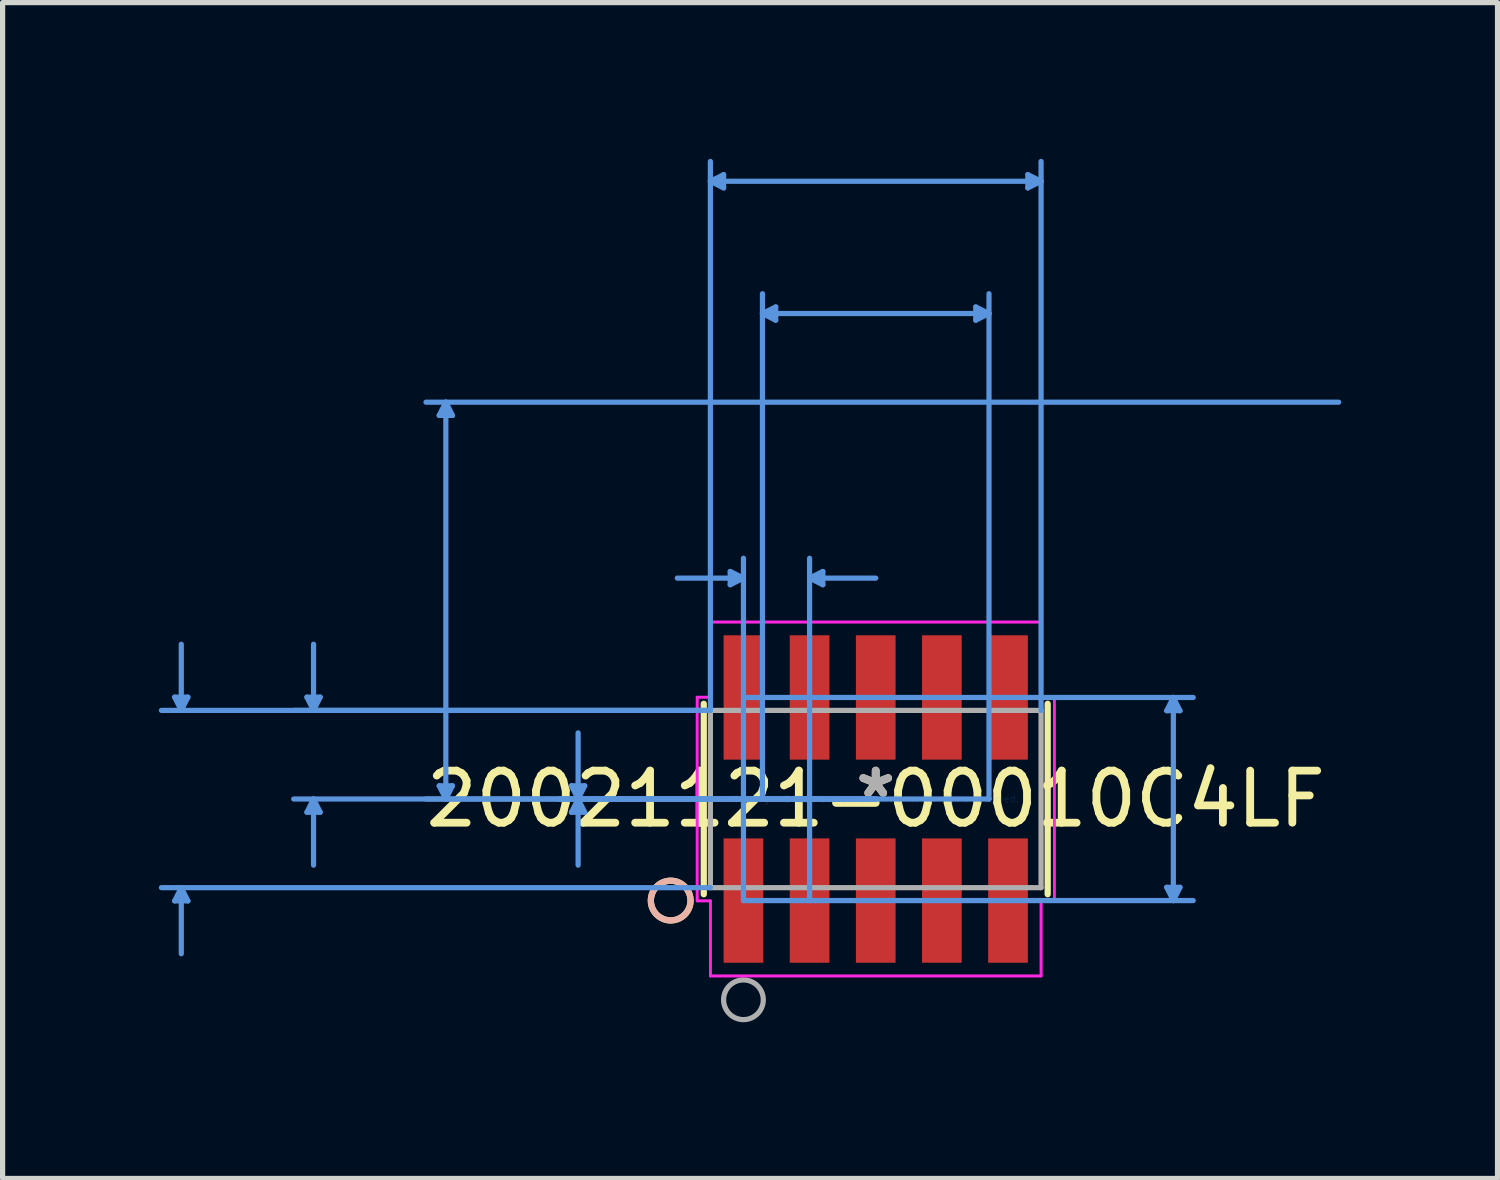
<source format=kicad_pcb>
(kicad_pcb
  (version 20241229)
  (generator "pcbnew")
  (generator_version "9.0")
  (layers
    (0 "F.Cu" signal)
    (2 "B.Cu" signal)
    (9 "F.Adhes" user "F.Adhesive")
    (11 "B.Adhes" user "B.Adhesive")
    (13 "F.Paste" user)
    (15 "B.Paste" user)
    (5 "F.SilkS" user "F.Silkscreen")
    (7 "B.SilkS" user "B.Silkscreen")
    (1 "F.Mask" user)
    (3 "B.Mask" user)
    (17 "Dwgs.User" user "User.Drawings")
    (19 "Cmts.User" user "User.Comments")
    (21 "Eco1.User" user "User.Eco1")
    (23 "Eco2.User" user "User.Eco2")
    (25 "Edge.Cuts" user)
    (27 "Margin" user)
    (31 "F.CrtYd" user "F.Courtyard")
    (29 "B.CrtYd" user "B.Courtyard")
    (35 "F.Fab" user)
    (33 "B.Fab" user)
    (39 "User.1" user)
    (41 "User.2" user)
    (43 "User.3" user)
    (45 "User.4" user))
  (footprint "20021121-00010C4LF"
    (layer "F.Cu")
    (at 13.766 12.293)
    (property "Reference" "20021121-00010C4LF" (at 0 0 0) (layer "F.SilkS") (effects (font (size 1 1) (thickness 0.15))))
    (attr through_hole)
    (fp_line (start -3.302 -1.829) (end -3.302 1.829) (stroke (width 0.12) (type solid)) (layer "F.SilkS"))
    (fp_line (start 3.302 1.829) (end 3.302 -1.829) (stroke (width 0.12) (type solid)) (layer "F.SilkS"))
    (fp_circle (center -3.937 1.95) (end -3.556 1.95) (stroke (width 0.12) (type solid)) (fill no) (layer "F.SilkS"))
    (fp_circle (center -3.937 1.95) (end -3.556 1.95) (stroke (width 0.12) (type solid)) (fill no) (layer "B.SilkS"))
    (fp_line (start -13.462 -1.956) (end -13.208 -1.956) (stroke (width 0.1) (type solid)) (layer "Cmts.User"))
    (fp_line (start -13.462 1.956) (end -13.208 1.956) (stroke (width 0.1) (type solid)) (layer "Cmts.User"))
    (fp_line (start -13.335 -1.702) (end -13.462 -1.956) (stroke (width 0.1) (type solid)) (layer "Cmts.User"))
    (fp_line (start -13.335 -1.702) (end -13.335 -2.972) (stroke (width 0.1) (type solid)) (layer "Cmts.User"))
    (fp_line (start -13.335 -1.702) (end -13.208 -1.956) (stroke (width 0.1) (type solid)) (layer "Cmts.User"))
    (fp_line (start -13.335 1.702) (end -13.462 1.956) (stroke (width 0.1) (type solid)) (layer "Cmts.User"))
    (fp_line (start -13.335 1.702) (end -13.335 2.972) (stroke (width 0.1) (type solid)) (layer "Cmts.User"))
    (fp_line (start -13.335 1.702) (end -13.208 1.956) (stroke (width 0.1) (type solid)) (layer "Cmts.User"))
    (fp_line (start -10.922 -1.956) (end -10.668 -1.956) (stroke (width 0.1) (type solid)) (layer "Cmts.User"))
    (fp_line (start -10.922 0.254) (end -10.668 0.254) (stroke (width 0.1) (type solid)) (layer "Cmts.User"))
    (fp_line (start -10.795 -1.702) (end -10.922 -1.956) (stroke (width 0.1) (type solid)) (layer "Cmts.User"))
    (fp_line (start -10.795 -1.702) (end -10.795 -2.972) (stroke (width 0.1) (type solid)) (layer "Cmts.User"))
    (fp_line (start -10.795 -1.702) (end -10.668 -1.956) (stroke (width 0.1) (type solid)) (layer "Cmts.User"))
    (fp_line (start -10.795 0) (end -10.922 0.254) (stroke (width 0.1) (type solid)) (layer "Cmts.User"))
    (fp_line (start -10.795 0) (end -10.795 1.27) (stroke (width 0.1) (type solid)) (layer "Cmts.User"))
    (fp_line (start -10.795 0) (end -10.668 0.254) (stroke (width 0.1) (type solid)) (layer "Cmts.User"))
    (fp_line (start -8.382 -7.366) (end -8.128 -7.366) (stroke (width 0.1) (type solid)) (layer "Cmts.User"))
    (fp_line (start -8.382 -0.254) (end -8.128 -0.254) (stroke (width 0.1) (type solid)) (layer "Cmts.User"))
    (fp_line (start -8.255 -7.62) (end -8.382 -7.366) (stroke (width 0.1) (type solid)) (layer "Cmts.User"))
    (fp_line (start -8.255 -7.62) (end -8.255 0) (stroke (width 0.1) (type solid)) (layer "Cmts.User"))
    (fp_line (start -8.255 -7.62) (end -8.128 -7.366) (stroke (width 0.1) (type solid)) (layer "Cmts.User"))
    (fp_line (start -8.255 0) (end -8.382 -0.254) (stroke (width 0.1) (type solid)) (layer "Cmts.User"))
    (fp_line (start -8.255 0) (end -8.128 -0.254) (stroke (width 0.1) (type solid)) (layer "Cmts.User"))
    (fp_line (start -5.842 -0.254) (end -5.588 -0.254) (stroke (width 0.1) (type solid)) (layer "Cmts.User"))
    (fp_line (start -5.842 0.254) (end -5.588 0.254) (stroke (width 0.1) (type solid)) (layer "Cmts.User"))
    (fp_line (start -5.715 0) (end -5.842 -0.254) (stroke (width 0.1) (type solid)) (layer "Cmts.User"))
    (fp_line (start -5.715 0) (end -5.842 0.254) (stroke (width 0.1) (type solid)) (layer "Cmts.User"))
    (fp_line (start -5.715 0) (end -5.715 -1.27) (stroke (width 0.1) (type solid)) (layer "Cmts.User"))
    (fp_line (start -5.715 0) (end -5.715 1.27) (stroke (width 0.1) (type solid)) (layer "Cmts.User"))
    (fp_line (start -5.715 0) (end -5.588 -0.254) (stroke (width 0.1) (type solid)) (layer "Cmts.User"))
    (fp_line (start -5.715 0) (end -5.588 0.254) (stroke (width 0.1) (type solid)) (layer "Cmts.User"))
    (fp_line (start -3.175 -11.862) (end -2.921 -11.989) (stroke (width 0.1) (type solid)) (layer "Cmts.User"))
    (fp_line (start -3.175 -11.862) (end -2.921 -11.735) (stroke (width 0.1) (type solid)) (layer "Cmts.User"))
    (fp_line (start -3.175 -11.862) (end 3.175 -11.862) (stroke (width 0.1) (type solid)) (layer "Cmts.User"))
    (fp_line (start -3.175 -1.702) (end -13.716 -1.702) (stroke (width 0.1) (type solid)) (layer "Cmts.User"))
    (fp_line (start -3.175 -1.702) (end -11.176 -1.702) (stroke (width 0.1) (type solid)) (layer "Cmts.User"))
    (fp_line (start -3.175 -1.702) (end -3.175 -12.243) (stroke (width 0.1) (type solid)) (layer "Cmts.User"))
    (fp_line (start -3.175 1.702) (end -13.716 1.702) (stroke (width 0.1) (type solid)) (layer "Cmts.User"))
    (fp_line (start -2.921 -11.989) (end -2.921 -11.735) (stroke (width 0.1) (type solid)) (layer "Cmts.User"))
    (fp_line (start -2.794 -4.369) (end -2.794 -4.115) (stroke (width 0.1) (type solid)) (layer "Cmts.User"))
    (fp_line (start -2.54 -4.242) (end -3.81 -4.242) (stroke (width 0.1) (type solid)) (layer "Cmts.User"))
    (fp_line (start -2.54 -4.242) (end -2.794 -4.369) (stroke (width 0.1) (type solid)) (layer "Cmts.User"))
    (fp_line (start -2.54 -4.242) (end -2.794 -4.115) (stroke (width 0.1) (type solid)) (layer "Cmts.User"))
    (fp_line (start -2.54 -1.95) (end 6.096 -1.95) (stroke (width 0.1) (type solid)) (layer "Cmts.User"))
    (fp_line (start -2.54 1.95) (end -2.54 -4.623) (stroke (width 0.1) (type solid)) (layer "Cmts.User"))
    (fp_line (start -2.54 1.95) (end 6.096 1.95) (stroke (width 0.1) (type solid)) (layer "Cmts.User"))
    (fp_line (start -2.175 -9.322) (end -1.921 -9.449) (stroke (width 0.1) (type solid)) (layer "Cmts.User"))
    (fp_line (start -2.175 -9.322) (end -1.921 -9.195) (stroke (width 0.1) (type solid)) (layer "Cmts.User"))
    (fp_line (start -2.175 -9.322) (end 2.175 -9.322) (stroke (width 0.1) (type solid)) (layer "Cmts.User"))
    (fp_line (start -2.175 0) (end -2.175 -9.703) (stroke (width 0.1) (type solid)) (layer "Cmts.User"))
    (fp_line (start -1.921 -9.449) (end -1.921 -9.195) (stroke (width 0.1) (type solid)) (layer "Cmts.User"))
    (fp_line (start -1.27 -4.242) (end -1.016 -4.369) (stroke (width 0.1) (type solid)) (layer "Cmts.User"))
    (fp_line (start -1.27 -4.242) (end -1.016 -4.115) (stroke (width 0.1) (type solid)) (layer "Cmts.User"))
    (fp_line (start -1.27 -4.242) (end 0 -4.242) (stroke (width 0.1) (type solid)) (layer "Cmts.User"))
    (fp_line (start -1.27 1.95) (end -1.27 -4.623) (stroke (width 0.1) (type solid)) (layer "Cmts.User"))
    (fp_line (start -1.016 -4.369) (end -1.016 -4.115) (stroke (width 0.1) (type solid)) (layer "Cmts.User"))
    (fp_line (start 0 0) (end -11.176 0) (stroke (width 0.1) (type solid)) (layer "Cmts.User"))
    (fp_line (start 0 0) (end -8.636 0) (stroke (width 0.1) (type solid)) (layer "Cmts.User"))
    (fp_line (start 0 0) (end -6.096 0) (stroke (width 0.1) (type solid)) (layer "Cmts.User"))
    (fp_line (start 1.921 -9.449) (end 1.921 -9.195) (stroke (width 0.1) (type solid)) (layer "Cmts.User"))
    (fp_line (start 2.175 -9.322) (end 1.921 -9.449) (stroke (width 0.1) (type solid)) (layer "Cmts.User"))
    (fp_line (start 2.175 -9.322) (end 1.921 -9.195) (stroke (width 0.1) (type solid)) (layer "Cmts.User"))
    (fp_line (start 2.175 0) (end -6.096 0) (stroke (width 0.1) (type solid)) (layer "Cmts.User"))
    (fp_line (start 2.175 0) (end 2.175 -9.703) (stroke (width 0.1) (type solid)) (layer "Cmts.User"))
    (fp_line (start 2.921 -11.989) (end 2.921 -11.735) (stroke (width 0.1) (type solid)) (layer "Cmts.User"))
    (fp_line (start 3.175 -11.862) (end 2.921 -11.989) (stroke (width 0.1) (type solid)) (layer "Cmts.User"))
    (fp_line (start 3.175 -11.862) (end 2.921 -11.735) (stroke (width 0.1) (type solid)) (layer "Cmts.User"))
    (fp_line (start 3.175 -1.702) (end 3.175 -12.243) (stroke (width 0.1) (type solid)) (layer "Cmts.User"))
    (fp_line (start 5.588 -1.696) (end 5.842 -1.696) (stroke (width 0.1) (type solid)) (layer "Cmts.User"))
    (fp_line (start 5.588 1.696) (end 5.842 1.696) (stroke (width 0.1) (type solid)) (layer "Cmts.User"))
    (fp_line (start 5.715 -1.95) (end 5.588 -1.696) (stroke (width 0.1) (type solid)) (layer "Cmts.User"))
    (fp_line (start 5.715 -1.95) (end 5.715 1.95) (stroke (width 0.1) (type solid)) (layer "Cmts.User"))
    (fp_line (start 5.715 -1.95) (end 5.842 -1.696) (stroke (width 0.1) (type solid)) (layer "Cmts.User"))
    (fp_line (start 5.715 1.95) (end 5.588 1.696) (stroke (width 0.1) (type solid)) (layer "Cmts.User"))
    (fp_line (start 5.715 1.95) (end 5.842 1.696) (stroke (width 0.1) (type solid)) (layer "Cmts.User"))
    (fp_line (start 8.89 -7.62) (end -8.636 -7.62) (stroke (width 0.1) (type solid)) (layer "Cmts.User"))
    (fp_line (start -3.429 -1.956) (end -3.429 1.956) (stroke (width 0.05) (type solid)) (layer "F.CrtYd"))
    (fp_line (start -3.429 -1.956) (end -3.429 1.956) (stroke (width 0.05) (type solid)) (layer "F.CrtYd"))
    (fp_line (start -3.429 1.956) (end -3.175 1.956) (stroke (width 0.05) (type solid)) (layer "F.CrtYd"))
    (fp_line (start -3.429 1.956) (end -3.175 1.956) (stroke (width 0.05) (type solid)) (layer "F.CrtYd"))
    (fp_line (start -3.175 -3.398) (end -3.175 -1.956) (stroke (width 0.05) (type solid)) (layer "F.CrtYd"))
    (fp_line (start -3.175 -3.398) (end -3.175 -1.956) (stroke (width 0.05) (type solid)) (layer "F.CrtYd"))
    (fp_line (start -3.175 -1.956) (end -3.429 -1.956) (stroke (width 0.05) (type solid)) (layer "F.CrtYd"))
    (fp_line (start -3.175 -1.956) (end -3.429 -1.956) (stroke (width 0.05) (type solid)) (layer "F.CrtYd"))
    (fp_line (start -3.175 1.956) (end -3.175 3.398) (stroke (width 0.05) (type solid)) (layer "F.CrtYd"))
    (fp_line (start -3.175 1.956) (end -3.175 3.398) (stroke (width 0.05) (type solid)) (layer "F.CrtYd"))
    (fp_line (start -3.175 3.398) (end 3.175 3.398) (stroke (width 0.05) (type solid)) (layer "F.CrtYd"))
    (fp_line (start -3.175 3.398) (end 3.175 3.398) (stroke (width 0.05) (type solid)) (layer "F.CrtYd"))
    (fp_line (start 3.175 -3.398) (end -3.175 -3.398) (stroke (width 0.05) (type solid)) (layer "F.CrtYd"))
    (fp_line (start 3.175 -3.398) (end -3.175 -3.398) (stroke (width 0.05) (type solid)) (layer "F.CrtYd"))
    (fp_line (start 3.175 -1.956) (end 3.175 -3.398) (stroke (width 0.05) (type solid)) (layer "F.CrtYd"))
    (fp_line (start 3.175 -1.956) (end 3.175 -3.398) (stroke (width 0.05) (type solid)) (layer "F.CrtYd"))
    (fp_line (start 3.175 1.956) (end 3.429 1.956) (stroke (width 0.05) (type solid)) (layer "F.CrtYd"))
    (fp_line (start 3.175 1.956) (end 3.429 1.956) (stroke (width 0.05) (type solid)) (layer "F.CrtYd"))
    (fp_line (start 3.175 3.398) (end 3.175 1.956) (stroke (width 0.05) (type solid)) (layer "F.CrtYd"))
    (fp_line (start 3.175 3.398) (end 3.175 1.956) (stroke (width 0.05) (type solid)) (layer "F.CrtYd"))
    (fp_line (start 3.429 -1.956) (end 3.175 -1.956) (stroke (width 0.05) (type solid)) (layer "F.CrtYd"))
    (fp_line (start 3.429 -1.956) (end 3.175 -1.956) (stroke (width 0.05) (type solid)) (layer "F.CrtYd"))
    (fp_line (start 3.429 1.956) (end 3.429 -1.956) (stroke (width 0.05) (type solid)) (layer "F.CrtYd"))
    (fp_line (start 3.429 1.956) (end 3.429 -1.956) (stroke (width 0.05) (type solid)) (layer "F.CrtYd"))
    (fp_line (start -3.175 -1.702) (end -3.175 1.702) (stroke (width 0.1) (type solid)) (layer "F.Fab"))
    (fp_line (start -3.175 1.702) (end 3.175 1.702) (stroke (width 0.1) (type solid)) (layer "F.Fab"))
    (fp_line (start 3.175 -1.702) (end -3.175 -1.702) (stroke (width 0.1) (type solid)) (layer "F.Fab"))
    (fp_line (start 3.175 1.702) (end 3.175 -1.702) (stroke (width 0.1) (type solid)) (layer "F.Fab"))
    (fp_circle (center -2.54 3.855) (end -2.159 3.855) (stroke (width 0.1) (type solid)) (fill no) (layer "F.Fab"))
    (fp_text user "*" (at 0 0 0) (layer "F.SilkS") (effects (font (size 1 1) (thickness 0.15))))
    (fp_text user "Copyright 2021 Accelerated Designs. All rights reserved." (at 0 0 0) (layer "Cmts.User") (effects (font (size 0.127 0.127) (thickness 0.002))))
    (fp_text user "*" (at 0 0 0) (layer "F.Fab") (effects (font (size 1 1) (thickness 0.15))))
    (pad "1" smd rect (at -2.54 1.95) (size 0.762 2.388) (layers "F.Cu" "F.Mask" "F.Paste"))
    (pad "2" smd rect (at -2.54 -1.95) (size 0.762 2.388) (layers "F.Cu" "F.Mask" "F.Paste"))
    (pad "3" smd rect (at -1.27 1.95) (size 0.762 2.388) (layers "F.Cu" "F.Mask" "F.Paste"))
    (pad "4" smd rect (at -1.27 -1.95) (size 0.762 2.388) (layers "F.Cu" "F.Mask" "F.Paste"))
    (pad "5" smd rect (at 0 1.95) (size 0.762 2.388) (layers "F.Cu" "F.Mask" "F.Paste"))
    (pad "6" smd rect (at 0 -1.95) (size 0.762 2.388) (layers "F.Cu" "F.Mask" "F.Paste"))
    (pad "7" smd rect (at 1.27 1.95) (size 0.762 2.388) (layers "F.Cu" "F.Mask" "F.Paste"))
    (pad "8" smd rect (at 1.27 -1.95) (size 0.762 2.388) (layers "F.Cu" "F.Mask" "F.Paste"))
    (pad "9" smd rect (at 2.54 1.95) (size 0.762 2.388) (layers "F.Cu" "F.Mask" "F.Paste"))
    (pad "10" smd rect (at 2.54 -1.95) (size 0.762 2.388) (layers "F.Cu" "F.Mask" "F.Paste")))
  (gr_rect
    (start -3 -3)
    (end 25.706 19.579)
    (stroke (width 0.1) (type default))
    (fill no)
    (layer "Edge.Cuts")))
</source>
